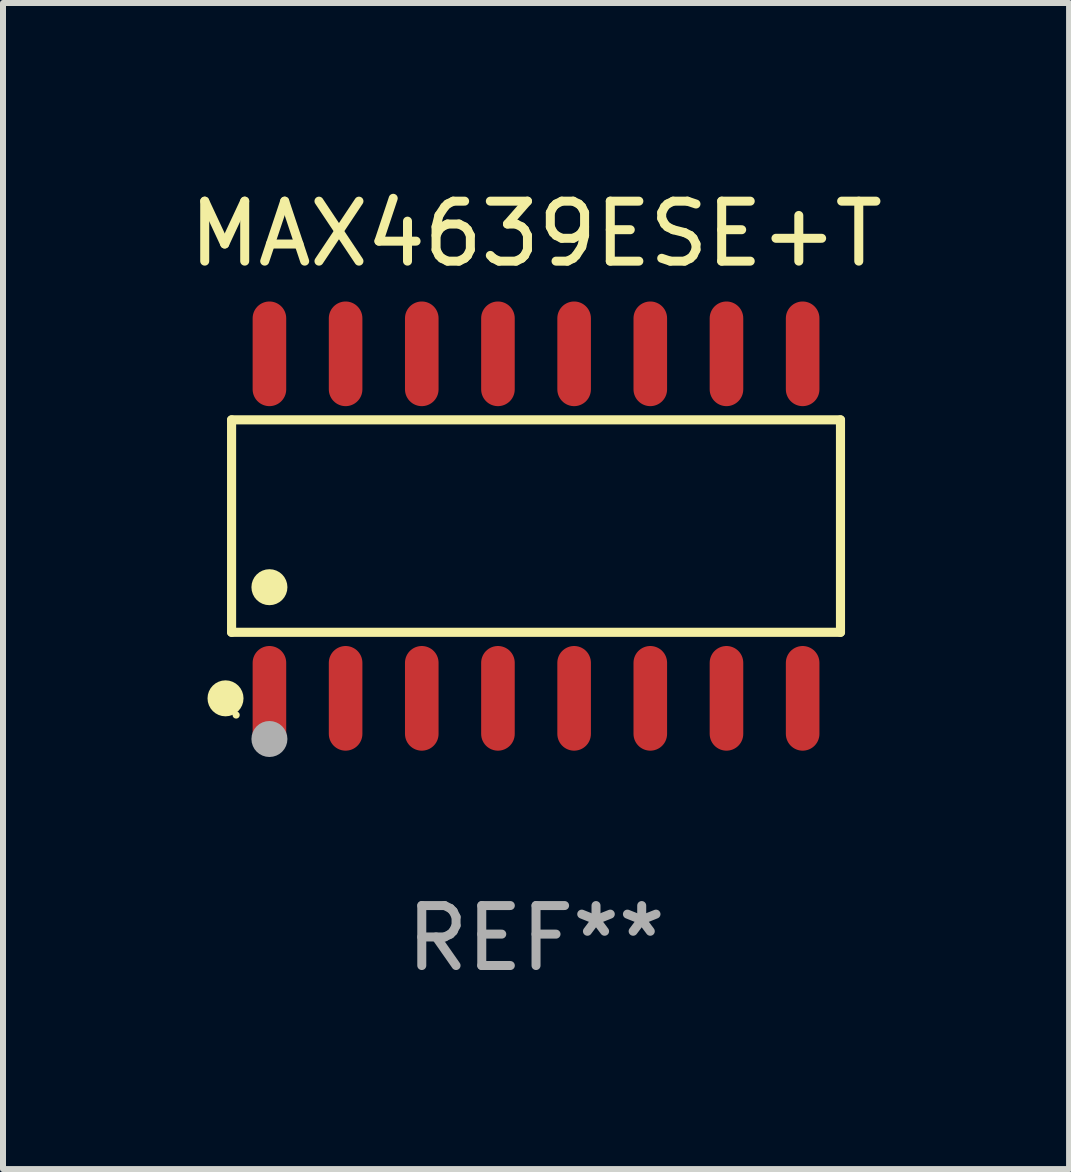
<source format=kicad_pcb>
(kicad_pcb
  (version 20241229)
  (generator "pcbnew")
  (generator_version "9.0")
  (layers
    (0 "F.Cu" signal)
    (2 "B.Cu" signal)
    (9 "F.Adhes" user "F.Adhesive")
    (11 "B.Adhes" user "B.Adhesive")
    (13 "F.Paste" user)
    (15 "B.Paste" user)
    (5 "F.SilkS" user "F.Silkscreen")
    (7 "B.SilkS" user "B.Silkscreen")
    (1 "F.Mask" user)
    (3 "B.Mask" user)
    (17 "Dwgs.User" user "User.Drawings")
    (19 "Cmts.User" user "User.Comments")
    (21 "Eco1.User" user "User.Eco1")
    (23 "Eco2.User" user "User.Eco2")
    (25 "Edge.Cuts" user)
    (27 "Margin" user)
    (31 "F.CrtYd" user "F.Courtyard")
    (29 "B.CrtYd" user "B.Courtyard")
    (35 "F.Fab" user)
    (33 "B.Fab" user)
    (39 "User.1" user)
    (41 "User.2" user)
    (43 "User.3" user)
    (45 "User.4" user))
  (footprint "MAX4639ESE+T"
    (layer "F.Cu")
    (at 5.887 5.721)
    (property "Reference" "MAX4639ESE+T" (at 0 -4.872 0) (layer "F.SilkS") (effects (font (size 1 1) (thickness 0.15))))
    (attr through_hole)
    (fp_line (start -5.076 -1.771) (end 5.076 -1.771) (stroke (width 0.152) (type solid)) (layer "F.SilkS"))
    (fp_line (start -5.076 1.771) (end -5.076 -1.771) (stroke (width 0.152) (type solid)) (layer "F.SilkS"))
    (fp_line (start 5.076 -1.771) (end 5.076 1.771) (stroke (width 0.152) (type solid)) (layer "F.SilkS"))
    (fp_line (start 5.076 1.771) (end -5.076 1.771) (stroke (width 0.152) (type solid)) (layer "F.SilkS"))
    (fp_circle (center -5.177 2.872) (end -5.027 2.872) (stroke (width 0.3) (type solid)) (fill no) (layer "F.SilkS"))
    (fp_circle (center -5 3.15) (end -4.97 3.15) (stroke (width 0.06) (type solid)) (fill no) (layer "F.SilkS"))
    (fp_circle (center -4.445 1.019) (end -4.295 1.019) (stroke (width 0.3) (type solid)) (fill no) (layer "F.SilkS"))
    (fp_circle (center -4.445 3.55) (end -4.295 3.55) (stroke (width 0.3) (type solid)) (fill no) (layer "F.Fab"))
    (fp_text user "REF**" (at 0 6.872 0) (layer "F.Fab") (effects (font (size 1 1) (thickness 0.15))))
    (pad "1" smd oval (at -4.445 2.872) (size 0.56 1.745) (layers "F.Cu" "F.Mask" "F.Paste"))
    (pad "2" smd oval (at -3.175 2.872) (size 0.56 1.745) (layers "F.Cu" "F.Mask" "F.Paste"))
    (pad "3" smd oval (at -1.905 2.872) (size 0.56 1.745) (layers "F.Cu" "F.Mask" "F.Paste"))
    (pad "4" smd oval (at -0.635 2.872) (size 0.56 1.745) (layers "F.Cu" "F.Mask" "F.Paste"))
    (pad "5" smd oval (at 0.635 2.872) (size 0.56 1.745) (layers "F.Cu" "F.Mask" "F.Paste"))
    (pad "6" smd oval (at 1.905 2.872) (size 0.56 1.745) (layers "F.Cu" "F.Mask" "F.Paste"))
    (pad "7" smd oval (at 3.175 2.872) (size 0.56 1.745) (layers "F.Cu" "F.Mask" "F.Paste"))
    (pad "8" smd oval (at 4.445 2.872) (size 0.56 1.745) (layers "F.Cu" "F.Mask" "F.Paste"))
    (pad "9" smd oval (at 4.445 -2.872) (size 0.56 1.745) (layers "F.Cu" "F.Mask" "F.Paste"))
    (pad "10" smd oval (at 3.175 -2.872) (size 0.56 1.745) (layers "F.Cu" "F.Mask" "F.Paste"))
    (pad "11" smd oval (at 1.905 -2.872) (size 0.56 1.745) (layers "F.Cu" "F.Mask" "F.Paste"))
    (pad "12" smd oval (at 0.635 -2.872) (size 0.56 1.745) (layers "F.Cu" "F.Mask" "F.Paste"))
    (pad "13" smd oval (at -0.635 -2.872) (size 0.56 1.745) (layers "F.Cu" "F.Mask" "F.Paste"))
    (pad "14" smd oval (at -1.905 -2.872) (size 0.56 1.745) (layers "F.Cu" "F.Mask" "F.Paste"))
    (pad "15" smd oval (at -3.175 -2.872) (size 0.56 1.745) (layers "F.Cu" "F.Mask" "F.Paste"))
    (pad "16" smd oval (at -4.445 -2.872) (size 0.56 1.745) (layers "F.Cu" "F.Mask" "F.Paste")))
  (gr_rect
    (start -3 -3)
    (end 14.774 16.441)
    (stroke (width 0.1) (type default))
    (fill no)
    (layer "Edge.Cuts")))
</source>
